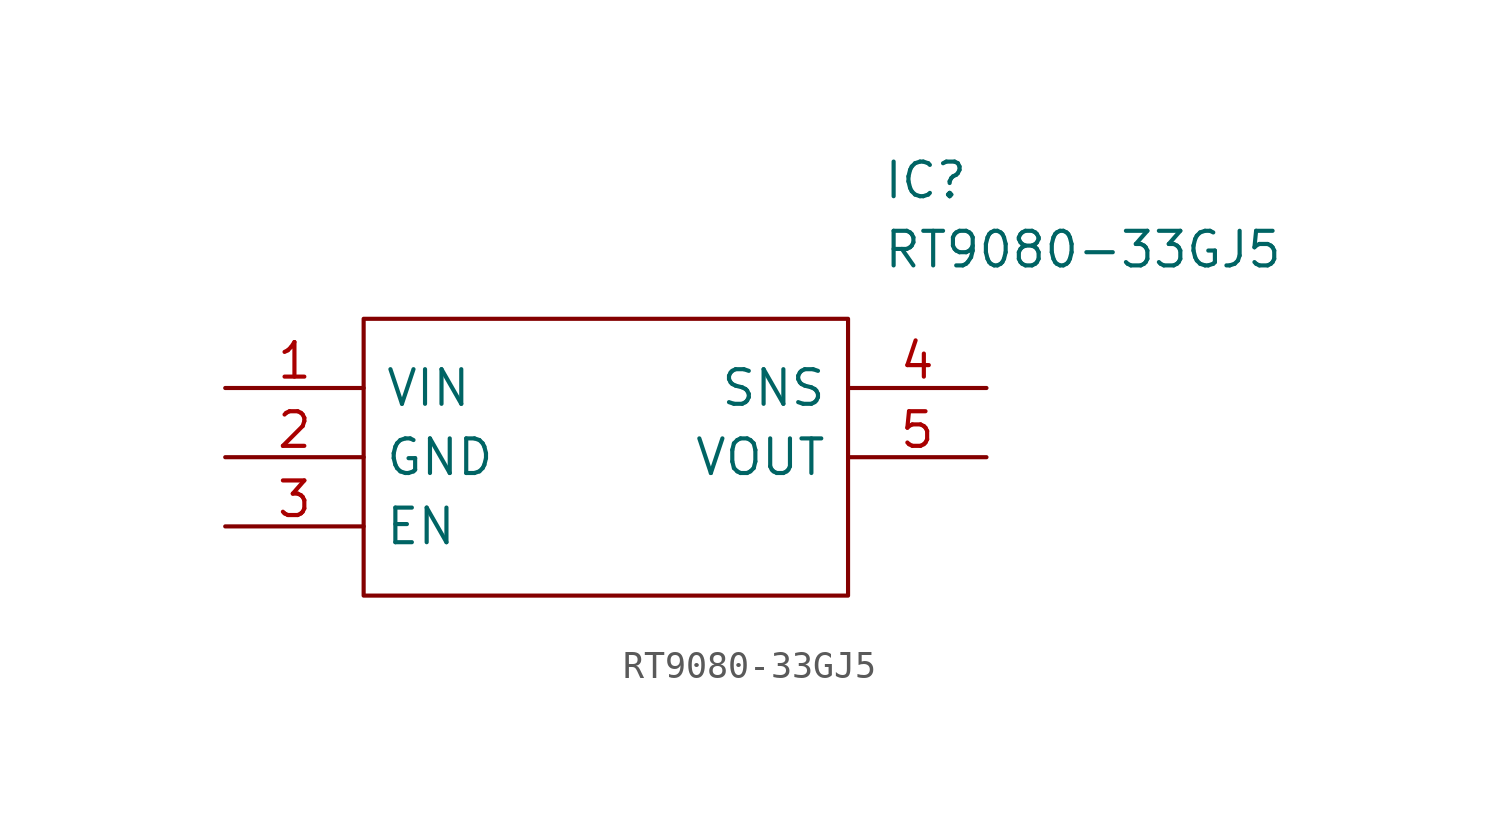
<source format=kicad_sym>
(kicad_symbol_lib
  (version 20231120)
  (generator "kicad_symbol_editor")
  (generator_version "8.0")
  (symbol "RT9080-33GJ5"
    (pin_names
      (offset 0.762))
    (property "Reference" "IC"
      (at 24.13 7.62 0)
      (effects (font (size 1.27 1.27)) (justify left)))
    (property "Value" "RT9080-33GJ5"
      (at 24.13 5.08 0)
      (effects (font (size 1.27 1.27)) (justify left)))
    (symbol "RT9080-33GJ5_0_0"
      (pin passive line (at 0 0 0) (length 5.08) (name "VIN" (effects (font (size 1.27 1.27)))) (number "1" (effects (font (size 1.27 1.27)))))
      (pin passive line (at 0 -2.54 0) (length 5.08) (name "GND" (effects (font (size 1.27 1.27)))) (number "2" (effects (font (size 1.27 1.27)))))
      (pin passive line (at 0 -5.08 0) (length 5.08) (name "EN" (effects (font (size 1.27 1.27)))) (number "3" (effects (font (size 1.27 1.27)))))
      (pin passive line (at 27.94 0 180) (length 5.08) (name "SNS" (effects (font (size 1.27 1.27)))) (number "4" (effects (font (size 1.27 1.27)))))
      (pin passive line (at 27.94 -2.54 180) (length 5.08) (name "VOUT" (effects (font (size 1.27 1.27)))) (number "5" (effects (font (size 1.27 1.27))))))
    (symbol "RT9080-33GJ5_0_1"
      (polyline (pts (xy 5.08 2.54) (xy 22.86 2.54) (xy 22.86 -7.62) (xy 5.08 -7.62) (xy 5.08 2.54)) (stroke (width 0.152) (type solid)) (fill (type none))))))
</source>
